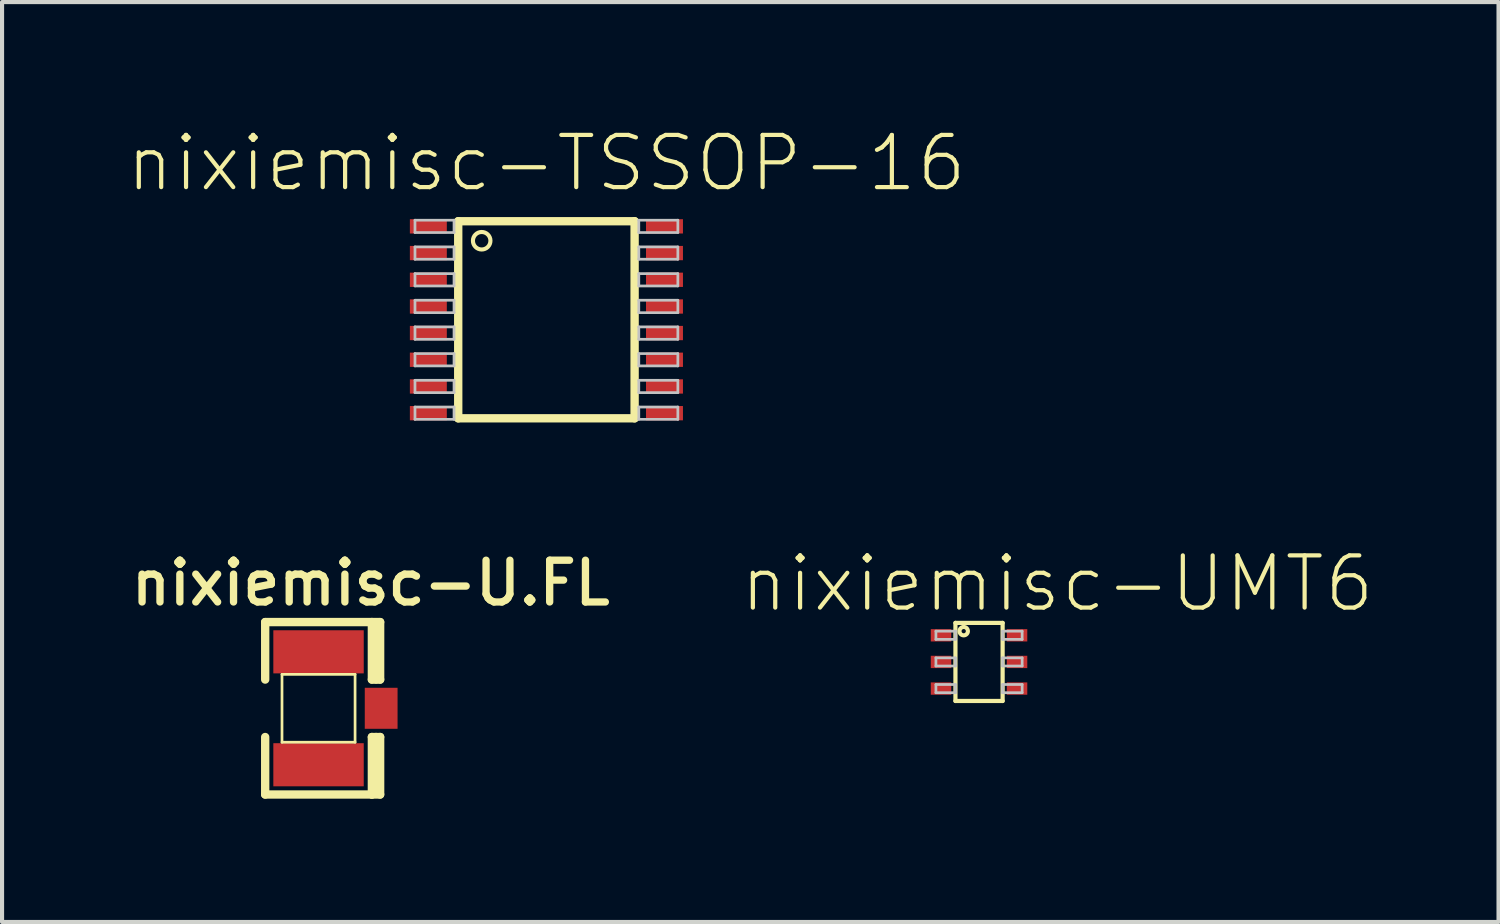
<source format=kicad_pcb>
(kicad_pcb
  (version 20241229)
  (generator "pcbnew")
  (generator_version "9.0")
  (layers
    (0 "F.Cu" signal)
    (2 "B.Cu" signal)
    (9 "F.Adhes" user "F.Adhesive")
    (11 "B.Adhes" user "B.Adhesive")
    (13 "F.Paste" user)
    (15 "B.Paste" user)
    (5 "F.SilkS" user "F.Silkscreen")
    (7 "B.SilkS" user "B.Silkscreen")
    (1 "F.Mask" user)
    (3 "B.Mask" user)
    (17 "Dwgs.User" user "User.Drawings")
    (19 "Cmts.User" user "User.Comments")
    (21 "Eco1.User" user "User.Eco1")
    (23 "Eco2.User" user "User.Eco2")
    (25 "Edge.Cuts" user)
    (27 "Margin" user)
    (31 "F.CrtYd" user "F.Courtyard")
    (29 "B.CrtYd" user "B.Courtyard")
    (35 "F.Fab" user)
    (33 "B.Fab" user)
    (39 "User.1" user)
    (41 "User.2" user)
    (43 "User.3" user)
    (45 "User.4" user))
  (footprint "nixiemisc-U.FL"
    (layer "F.Cu")
    (at 4.701 14.185)
    (property "Reference" "nixiemisc-U.FL" (at 1.27 -3.048 0) (layer "F.SilkS") (effects (font (size 1.016 1.016) (thickness 0.178))))
    (attr smd)
    (fp_line (start -1.298 -0.699) (end -1.298 -2.098) (stroke (width 0.203) (type solid)) (layer "F.SilkS"))
    (fp_line (start -1.298 2.098) (end -1.298 0.699) (stroke (width 0.203) (type solid)) (layer "F.SilkS"))
    (fp_line (start -1.298 2.098) (end 1.298 2.098) (stroke (width 0.203) (type solid)) (layer "F.SilkS"))
    (fp_line (start -0.889 -0.826) (end 0.889 -0.826) (stroke (width 0.066) (type solid)) (layer "F.SilkS"))
    (fp_line (start -0.889 0.826) (end -0.889 -0.826) (stroke (width 0.066) (type solid)) (layer "F.SilkS"))
    (fp_line (start -0.889 0.826) (end 0.889 0.826) (stroke (width 0.066) (type solid)) (layer "F.SilkS"))
    (fp_line (start 0.889 0.826) (end 0.889 -0.826) (stroke (width 0.066) (type solid)) (layer "F.SilkS"))
    (fp_line (start 1.298 -2.098) (end -1.298 -2.098) (stroke (width 0.203) (type solid)) (layer "F.SilkS"))
    (fp_line (start 1.298 -0.699) (end 1.298 -2.098) (stroke (width 0.203) (type solid)) (layer "F.SilkS"))
    (fp_line (start 1.298 2.098) (end 1.298 0.699) (stroke (width 0.203) (type solid)) (layer "F.SilkS"))
    (fp_line (start 1.4 -0.699) (end 1.4 -1.999) (stroke (width 0.203) (type solid)) (layer "F.SilkS"))
    (fp_line (start 1.4 1.999) (end 1.4 0.699) (stroke (width 0.203) (type solid)) (layer "F.SilkS"))
    (fp_line (start 1.499 -2.098) (end 1.298 -2.098) (stroke (width 0.203) (type solid)) (layer "F.SilkS"))
    (fp_line (start 1.499 -0.699) (end 1.298 -0.699) (stroke (width 0.203) (type solid)) (layer "F.SilkS"))
    (fp_line (start 1.499 -0.699) (end 1.499 -2.098) (stroke (width 0.203) (type solid)) (layer "F.SilkS"))
    (fp_line (start 1.499 0.699) (end 1.298 0.699) (stroke (width 0.203) (type solid)) (layer "F.SilkS"))
    (fp_line (start 1.499 2.098) (end 1.298 2.098) (stroke (width 0.203) (type solid)) (layer "F.SilkS"))
    (fp_line (start 1.499 2.098) (end 1.499 0.699) (stroke (width 0.203) (type solid)) (layer "F.SilkS"))
    (pad "1" smd rect (at 0 -1.374) (size 2.2 1.049) (layers "F.Cu" "F.Mask" "F.Paste"))
    (pad "2" smd rect (at 0 1.374) (size 2.2 1.049) (layers "F.Cu" "F.Mask" "F.Paste"))
    (pad "3" smd rect (at 1.524 0) (size 0.798 0.998) (layers "F.Cu" "F.Mask" "F.Paste")))
  (footprint "nixiemisc-TSSOP-16"
    (layer "F.Cu")
    (at 10.246 4.731)
    (property "Reference" "nixiemisc-TSSOP-16" (at 0 -3.81 0) (layer "F.SilkS") (effects (font (size 1.27 1.27) (thickness 0.102))))
    (attr smd)
    (fp_line (start -2.146 -2.398) (end -2.146 2.398) (stroke (width 0.203) (type solid)) (layer "F.SilkS"))
    (fp_line (start -2.146 2.398) (end 2.146 2.398) (stroke (width 0.203) (type solid)) (layer "F.SilkS"))
    (fp_line (start 2.146 -2.398) (end -2.146 -2.398) (stroke (width 0.203) (type solid)) (layer "F.SilkS"))
    (fp_line (start 2.146 2.398) (end 2.146 -2.398) (stroke (width 0.203) (type solid)) (layer "F.SilkS"))
    (fp_circle (center -1.575 -1.923) (end -1.575 -2.136) (stroke (width 0.1) (type solid)) (fill no) (layer "F.SilkS"))
    (fp_line (start -3.198 -2.423) (end -2.248 -2.423) (stroke (width 0.066) (type solid)) (layer "Dwgs.User"))
    (fp_line (start -3.198 -2.123) (end -3.198 -2.423) (stroke (width 0.066) (type solid)) (layer "Dwgs.User"))
    (fp_line (start -3.198 -2.123) (end -2.248 -2.123) (stroke (width 0.066) (type solid)) (layer "Dwgs.User"))
    (fp_line (start -3.198 -1.773) (end -2.248 -1.773) (stroke (width 0.066) (type solid)) (layer "Dwgs.User"))
    (fp_line (start -3.198 -1.473) (end -3.198 -1.773) (stroke (width 0.066) (type solid)) (layer "Dwgs.User"))
    (fp_line (start -3.198 -1.473) (end -2.248 -1.473) (stroke (width 0.066) (type solid)) (layer "Dwgs.User"))
    (fp_line (start -3.198 -1.123) (end -2.248 -1.123) (stroke (width 0.066) (type solid)) (layer "Dwgs.User"))
    (fp_line (start -3.198 -0.823) (end -3.198 -1.123) (stroke (width 0.066) (type solid)) (layer "Dwgs.User"))
    (fp_line (start -3.198 -0.823) (end -2.248 -0.823) (stroke (width 0.066) (type solid)) (layer "Dwgs.User"))
    (fp_line (start -3.198 -0.475) (end -2.248 -0.475) (stroke (width 0.066) (type solid)) (layer "Dwgs.User"))
    (fp_line (start -3.198 -0.173) (end -3.198 -0.475) (stroke (width 0.066) (type solid)) (layer "Dwgs.User"))
    (fp_line (start -3.198 -0.173) (end -2.248 -0.173) (stroke (width 0.066) (type solid)) (layer "Dwgs.User"))
    (fp_line (start -3.198 0.173) (end -2.248 0.173) (stroke (width 0.066) (type solid)) (layer "Dwgs.User"))
    (fp_line (start -3.198 0.475) (end -3.198 0.173) (stroke (width 0.066) (type solid)) (layer "Dwgs.User"))
    (fp_line (start -3.198 0.475) (end -2.248 0.475) (stroke (width 0.066) (type solid)) (layer "Dwgs.User"))
    (fp_line (start -3.198 0.823) (end -2.248 0.823) (stroke (width 0.066) (type solid)) (layer "Dwgs.User"))
    (fp_line (start -3.198 1.123) (end -3.198 0.823) (stroke (width 0.066) (type solid)) (layer "Dwgs.User"))
    (fp_line (start -3.198 1.123) (end -2.248 1.123) (stroke (width 0.066) (type solid)) (layer "Dwgs.User"))
    (fp_line (start -3.198 1.473) (end -2.248 1.473) (stroke (width 0.066) (type solid)) (layer "Dwgs.User"))
    (fp_line (start -3.198 1.773) (end -3.198 1.473) (stroke (width 0.066) (type solid)) (layer "Dwgs.User"))
    (fp_line (start -3.198 1.773) (end -2.248 1.773) (stroke (width 0.066) (type solid)) (layer "Dwgs.User"))
    (fp_line (start -3.198 2.123) (end -2.248 2.123) (stroke (width 0.066) (type solid)) (layer "Dwgs.User"))
    (fp_line (start -3.198 2.423) (end -3.198 2.123) (stroke (width 0.066) (type solid)) (layer "Dwgs.User"))
    (fp_line (start -3.198 2.423) (end -2.248 2.423) (stroke (width 0.066) (type solid)) (layer "Dwgs.User"))
    (fp_line (start -2.248 -2.123) (end -2.248 -2.423) (stroke (width 0.066) (type solid)) (layer "Dwgs.User"))
    (fp_line (start -2.248 -1.473) (end -2.248 -1.773) (stroke (width 0.066) (type solid)) (layer "Dwgs.User"))
    (fp_line (start -2.248 -0.823) (end -2.248 -1.123) (stroke (width 0.066) (type solid)) (layer "Dwgs.User"))
    (fp_line (start -2.248 -0.173) (end -2.248 -0.475) (stroke (width 0.066) (type solid)) (layer "Dwgs.User"))
    (fp_line (start -2.248 0.475) (end -2.248 0.173) (stroke (width 0.066) (type solid)) (layer "Dwgs.User"))
    (fp_line (start -2.248 1.123) (end -2.248 0.823) (stroke (width 0.066) (type solid)) (layer "Dwgs.User"))
    (fp_line (start -2.248 1.773) (end -2.248 1.473) (stroke (width 0.066) (type solid)) (layer "Dwgs.User"))
    (fp_line (start -2.248 2.423) (end -2.248 2.123) (stroke (width 0.066) (type solid)) (layer "Dwgs.User"))
    (fp_line (start 2.248 -2.423) (end 2.248 -2.123) (stroke (width 0.066) (type solid)) (layer "Dwgs.User"))
    (fp_line (start 2.248 -1.773) (end 2.248 -1.473) (stroke (width 0.066) (type solid)) (layer "Dwgs.User"))
    (fp_line (start 2.248 -1.123) (end 2.248 -0.823) (stroke (width 0.066) (type solid)) (layer "Dwgs.User"))
    (fp_line (start 2.248 -0.475) (end 2.248 -0.173) (stroke (width 0.066) (type solid)) (layer "Dwgs.User"))
    (fp_line (start 2.248 0.173) (end 2.248 0.475) (stroke (width 0.066) (type solid)) (layer "Dwgs.User"))
    (fp_line (start 2.248 0.823) (end 2.248 1.123) (stroke (width 0.066) (type solid)) (layer "Dwgs.User"))
    (fp_line (start 2.248 1.473) (end 2.248 1.773) (stroke (width 0.066) (type solid)) (layer "Dwgs.User"))
    (fp_line (start 2.248 2.123) (end 2.248 2.423) (stroke (width 0.066) (type solid)) (layer "Dwgs.User"))
    (fp_line (start 3.198 -2.423) (end 2.248 -2.423) (stroke (width 0.066) (type solid)) (layer "Dwgs.User"))
    (fp_line (start 3.198 -2.423) (end 3.198 -2.123) (stroke (width 0.066) (type solid)) (layer "Dwgs.User"))
    (fp_line (start 3.198 -2.123) (end 2.248 -2.123) (stroke (width 0.066) (type solid)) (layer "Dwgs.User"))
    (fp_line (start 3.198 -1.773) (end 2.248 -1.773) (stroke (width 0.066) (type solid)) (layer "Dwgs.User"))
    (fp_line (start 3.198 -1.773) (end 3.198 -1.473) (stroke (width 0.066) (type solid)) (layer "Dwgs.User"))
    (fp_line (start 3.198 -1.473) (end 2.248 -1.473) (stroke (width 0.066) (type solid)) (layer "Dwgs.User"))
    (fp_line (start 3.198 -1.123) (end 2.248 -1.123) (stroke (width 0.066) (type solid)) (layer "Dwgs.User"))
    (fp_line (start 3.198 -1.123) (end 3.198 -0.823) (stroke (width 0.066) (type solid)) (layer "Dwgs.User"))
    (fp_line (start 3.198 -0.823) (end 2.248 -0.823) (stroke (width 0.066) (type solid)) (layer "Dwgs.User"))
    (fp_line (start 3.198 -0.475) (end 2.248 -0.475) (stroke (width 0.066) (type solid)) (layer "Dwgs.User"))
    (fp_line (start 3.198 -0.475) (end 3.198 -0.173) (stroke (width 0.066) (type solid)) (layer "Dwgs.User"))
    (fp_line (start 3.198 -0.173) (end 2.248 -0.173) (stroke (width 0.066) (type solid)) (layer "Dwgs.User"))
    (fp_line (start 3.198 0.173) (end 2.248 0.173) (stroke (width 0.066) (type solid)) (layer "Dwgs.User"))
    (fp_line (start 3.198 0.173) (end 3.198 0.475) (stroke (width 0.066) (type solid)) (layer "Dwgs.User"))
    (fp_line (start 3.198 0.475) (end 2.248 0.475) (stroke (width 0.066) (type solid)) (layer "Dwgs.User"))
    (fp_line (start 3.198 0.823) (end 2.248 0.823) (stroke (width 0.066) (type solid)) (layer "Dwgs.User"))
    (fp_line (start 3.198 0.823) (end 3.198 1.123) (stroke (width 0.066) (type solid)) (layer "Dwgs.User"))
    (fp_line (start 3.198 1.123) (end 2.248 1.123) (stroke (width 0.066) (type solid)) (layer "Dwgs.User"))
    (fp_line (start 3.198 1.473) (end 2.248 1.473) (stroke (width 0.066) (type solid)) (layer "Dwgs.User"))
    (fp_line (start 3.198 1.473) (end 3.198 1.773) (stroke (width 0.066) (type solid)) (layer "Dwgs.User"))
    (fp_line (start 3.198 1.773) (end 2.248 1.773) (stroke (width 0.066) (type solid)) (layer "Dwgs.User"))
    (fp_line (start 3.198 2.123) (end 2.248 2.123) (stroke (width 0.066) (type solid)) (layer "Dwgs.User"))
    (fp_line (start 3.198 2.123) (end 3.198 2.423) (stroke (width 0.066) (type solid)) (layer "Dwgs.User"))
    (fp_line (start 3.198 2.423) (end 2.248 2.423) (stroke (width 0.066) (type solid)) (layer "Dwgs.User"))
    (pad "1" smd rect (at -2.873 -2.273) (size 0.899 0.348) (layers "F.Cu" "F.Mask" "F.Paste"))
    (pad "2" smd rect (at -2.873 -1.623) (size 0.899 0.348) (layers "F.Cu" "F.Mask" "F.Paste"))
    (pad "3" smd rect (at -2.873 -0.973) (size 0.899 0.348) (layers "F.Cu" "F.Mask" "F.Paste"))
    (pad "4" smd rect (at -2.873 -0.323) (size 0.899 0.348) (layers "F.Cu" "F.Mask" "F.Paste"))
    (pad "5" smd rect (at -2.873 0.323) (size 0.899 0.348) (layers "F.Cu" "F.Mask" "F.Paste"))
    (pad "6" smd rect (at -2.873 0.973) (size 0.899 0.348) (layers "F.Cu" "F.Mask" "F.Paste"))
    (pad "7" smd rect (at -2.873 1.623) (size 0.899 0.348) (layers "F.Cu" "F.Mask" "F.Paste"))
    (pad "8" smd rect (at -2.873 2.273) (size 0.899 0.348) (layers "F.Cu" "F.Mask" "F.Paste"))
    (pad "9" smd rect (at 2.873 2.273 180) (size 0.899 0.348) (layers "F.Cu" "F.Mask" "F.Paste"))
    (pad "10" smd rect (at 2.873 1.623 180) (size 0.899 0.348) (layers "F.Cu" "F.Mask" "F.Paste"))
    (pad "11" smd rect (at 2.873 0.973 180) (size 0.899 0.348) (layers "F.Cu" "F.Mask" "F.Paste"))
    (pad "12" smd rect (at 2.873 0.323 180) (size 0.899 0.348) (layers "F.Cu" "F.Mask" "F.Paste"))
    (pad "13" smd rect (at 2.873 -0.323 180) (size 0.899 0.348) (layers "F.Cu" "F.Mask" "F.Paste"))
    (pad "14" smd rect (at 2.873 -0.973 180) (size 0.899 0.348) (layers "F.Cu" "F.Mask" "F.Paste"))
    (pad "15" smd rect (at 2.873 -1.623 180) (size 0.899 0.348) (layers "F.Cu" "F.Mask" "F.Paste"))
    (pad "16" smd rect (at 2.873 -2.273 180) (size 0.899 0.348) (layers "F.Cu" "F.Mask" "F.Paste")))
  (footprint "nixiemisc-UMT6"
    (layer "F.Cu")
    (at 20.773 13.057)
    (property "Reference" "nixiemisc-UMT6" (at 1.905 -1.905 0) (layer "F.SilkS") (effects (font (size 1.27 1.27) (thickness 0.102))))
    (attr smd)
    (fp_line (start -1.224 -0.848) (end -0.599 -0.848) (stroke (width 0.066) (type solid)) (layer "F.Mask"))
    (fp_line (start -1.224 -0.45) (end -1.224 -0.848) (stroke (width 0.066) (type solid)) (layer "F.Mask"))
    (fp_line (start -1.224 -0.45) (end -0.599 -0.45) (stroke (width 0.066) (type solid)) (layer "F.Mask"))
    (fp_line (start -1.224 -0.198) (end -0.599 -0.198) (stroke (width 0.066) (type solid)) (layer "F.Mask"))
    (fp_line (start -1.224 0.198) (end -1.224 -0.198) (stroke (width 0.066) (type solid)) (layer "F.Mask"))
    (fp_line (start -1.224 0.198) (end -0.599 0.198) (stroke (width 0.066) (type solid)) (layer "F.Mask"))
    (fp_line (start -1.224 0.45) (end -0.599 0.45) (stroke (width 0.066) (type solid)) (layer "F.Mask"))
    (fp_line (start -1.224 0.848) (end -1.224 0.45) (stroke (width 0.066) (type solid)) (layer "F.Mask"))
    (fp_line (start -1.224 0.848) (end -0.599 0.848) (stroke (width 0.066) (type solid)) (layer "F.Mask"))
    (fp_line (start -0.599 -0.45) (end -0.599 -0.848) (stroke (width 0.066) (type solid)) (layer "F.Mask"))
    (fp_line (start -0.599 0.198) (end -0.599 -0.198) (stroke (width 0.066) (type solid)) (layer "F.Mask"))
    (fp_line (start -0.599 0.848) (end -0.599 0.45) (stroke (width 0.066) (type solid)) (layer "F.Mask"))
    (fp_line (start 0.599 -0.848) (end 0.599 -0.45) (stroke (width 0.066) (type solid)) (layer "F.Mask"))
    (fp_line (start 0.599 -0.198) (end 0.599 0.198) (stroke (width 0.066) (type solid)) (layer "F.Mask"))
    (fp_line (start 0.599 0.45) (end 0.599 0.848) (stroke (width 0.066) (type solid)) (layer "F.Mask"))
    (fp_line (start 1.224 -0.848) (end 0.599 -0.848) (stroke (width 0.066) (type solid)) (layer "F.Mask"))
    (fp_line (start 1.224 -0.848) (end 1.224 -0.45) (stroke (width 0.066) (type solid)) (layer "F.Mask"))
    (fp_line (start 1.224 -0.45) (end 0.599 -0.45) (stroke (width 0.066) (type solid)) (layer "F.Mask"))
    (fp_line (start 1.224 -0.198) (end 0.599 -0.198) (stroke (width 0.066) (type solid)) (layer "F.Mask"))
    (fp_line (start 1.224 -0.198) (end 1.224 0.198) (stroke (width 0.066) (type solid)) (layer "F.Mask"))
    (fp_line (start 1.224 0.198) (end 0.599 0.198) (stroke (width 0.066) (type solid)) (layer "F.Mask"))
    (fp_line (start 1.224 0.45) (end 0.599 0.45) (stroke (width 0.066) (type solid)) (layer "F.Mask"))
    (fp_line (start 1.224 0.45) (end 1.224 0.848) (stroke (width 0.066) (type solid)) (layer "F.Mask"))
    (fp_line (start 1.224 0.848) (end 0.599 0.848) (stroke (width 0.066) (type solid)) (layer "F.Mask"))
    (fp_line (start -0.574 -0.95) (end 0.574 -0.95) (stroke (width 0.102) (type solid)) (layer "F.SilkS"))
    (fp_line (start -0.574 0.95) (end -0.574 -0.95) (stroke (width 0.102) (type solid)) (layer "F.SilkS"))
    (fp_line (start 0.574 -0.95) (end 0.574 0.95) (stroke (width 0.102) (type solid)) (layer "F.SilkS"))
    (fp_line (start 0.574 0.95) (end -0.574 0.95) (stroke (width 0.102) (type solid)) (layer "F.SilkS"))
    (fp_circle (center -0.373 -0.749) (end -0.373 -0.851) (stroke (width 0.1) (type solid)) (fill no) (layer "F.SilkS"))
    (fp_line (start -1.148 -0.775) (end -0.699 -0.775) (stroke (width 0.066) (type solid)) (layer "F.Paste"))
    (fp_line (start -1.148 -0.523) (end -1.148 -0.775) (stroke (width 0.066) (type solid)) (layer "F.Paste"))
    (fp_line (start -1.148 -0.523) (end -0.699 -0.523) (stroke (width 0.066) (type solid)) (layer "F.Paste"))
    (fp_line (start -1.148 -0.124) (end -0.699 -0.124) (stroke (width 0.066) (type solid)) (layer "F.Paste"))
    (fp_line (start -1.148 0.124) (end -1.148 -0.124) (stroke (width 0.066) (type solid)) (layer "F.Paste"))
    (fp_line (start -1.148 0.124) (end -0.699 0.124) (stroke (width 0.066) (type solid)) (layer "F.Paste"))
    (fp_line (start -1.148 0.523) (end -0.699 0.523) (stroke (width 0.066) (type solid)) (layer "F.Paste"))
    (fp_line (start -1.148 0.775) (end -1.148 0.523) (stroke (width 0.066) (type solid)) (layer "F.Paste"))
    (fp_line (start -1.148 0.775) (end -0.699 0.775) (stroke (width 0.066) (type solid)) (layer "F.Paste"))
    (fp_line (start -0.699 -0.523) (end -0.699 -0.775) (stroke (width 0.066) (type solid)) (layer "F.Paste"))
    (fp_line (start -0.699 0.124) (end -0.699 -0.124) (stroke (width 0.066) (type solid)) (layer "F.Paste"))
    (fp_line (start -0.699 0.775) (end -0.699 0.523) (stroke (width 0.066) (type solid)) (layer "F.Paste"))
    (fp_line (start 0.699 -0.775) (end 0.699 -0.523) (stroke (width 0.066) (type solid)) (layer "F.Paste"))
    (fp_line (start 0.699 -0.124) (end 0.699 0.124) (stroke (width 0.066) (type solid)) (layer "F.Paste"))
    (fp_line (start 0.699 0.523) (end 0.699 0.775) (stroke (width 0.066) (type solid)) (layer "F.Paste"))
    (fp_line (start 1.148 -0.775) (end 0.699 -0.775) (stroke (width 0.066) (type solid)) (layer "F.Paste"))
    (fp_line (start 1.148 -0.775) (end 1.148 -0.523) (stroke (width 0.066) (type solid)) (layer "F.Paste"))
    (fp_line (start 1.148 -0.523) (end 0.699 -0.523) (stroke (width 0.066) (type solid)) (layer "F.Paste"))
    (fp_line (start 1.148 -0.124) (end 0.699 -0.124) (stroke (width 0.066) (type solid)) (layer "F.Paste"))
    (fp_line (start 1.148 -0.124) (end 1.148 0.124) (stroke (width 0.066) (type solid)) (layer "F.Paste"))
    (fp_line (start 1.148 0.124) (end 0.699 0.124) (stroke (width 0.066) (type solid)) (layer "F.Paste"))
    (fp_line (start 1.148 0.523) (end 0.699 0.523) (stroke (width 0.066) (type solid)) (layer "F.Paste"))
    (fp_line (start 1.148 0.523) (end 1.148 0.775) (stroke (width 0.066) (type solid)) (layer "F.Paste"))
    (fp_line (start 1.148 0.775) (end 0.699 0.775) (stroke (width 0.066) (type solid)) (layer "F.Paste"))
    (fp_line (start -1.049 -0.749) (end -0.574 -0.749) (stroke (width 0.066) (type solid)) (layer "Dwgs.User"))
    (fp_line (start -1.049 -0.549) (end -1.049 -0.749) (stroke (width 0.066) (type solid)) (layer "Dwgs.User"))
    (fp_line (start -1.049 -0.549) (end -0.574 -0.549) (stroke (width 0.066) (type solid)) (layer "Dwgs.User"))
    (fp_line (start -1.049 -0.099) (end -0.574 -0.099) (stroke (width 0.066) (type solid)) (layer "Dwgs.User"))
    (fp_line (start -1.049 0.099) (end -1.049 -0.099) (stroke (width 0.066) (type solid)) (layer "Dwgs.User"))
    (fp_line (start -1.049 0.099) (end -0.574 0.099) (stroke (width 0.066) (type solid)) (layer "Dwgs.User"))
    (fp_line (start -1.049 0.549) (end -0.574 0.549) (stroke (width 0.066) (type solid)) (layer "Dwgs.User"))
    (fp_line (start -1.049 0.749) (end -1.049 0.549) (stroke (width 0.066) (type solid)) (layer "Dwgs.User"))
    (fp_line (start -1.049 0.749) (end -0.574 0.749) (stroke (width 0.066) (type solid)) (layer "Dwgs.User"))
    (fp_line (start -0.574 -0.549) (end -0.574 -0.749) (stroke (width 0.066) (type solid)) (layer "Dwgs.User"))
    (fp_line (start -0.574 0.099) (end -0.574 -0.099) (stroke (width 0.066) (type solid)) (layer "Dwgs.User"))
    (fp_line (start -0.574 0.749) (end -0.574 0.549) (stroke (width 0.066) (type solid)) (layer "Dwgs.User"))
    (fp_line (start 0.574 -0.749) (end 0.574 -0.549) (stroke (width 0.066) (type solid)) (layer "Dwgs.User"))
    (fp_line (start 0.574 -0.099) (end 0.574 0.099) (stroke (width 0.066) (type solid)) (layer "Dwgs.User"))
    (fp_line (start 0.574 0.549) (end 0.574 0.749) (stroke (width 0.066) (type solid)) (layer "Dwgs.User"))
    (fp_line (start 1.049 -0.749) (end 0.574 -0.749) (stroke (width 0.066) (type solid)) (layer "Dwgs.User"))
    (fp_line (start 1.049 -0.749) (end 1.049 -0.549) (stroke (width 0.066) (type solid)) (layer "Dwgs.User"))
    (fp_line (start 1.049 -0.549) (end 0.574 -0.549) (stroke (width 0.066) (type solid)) (layer "Dwgs.User"))
    (fp_line (start 1.049 -0.099) (end 0.574 -0.099) (stroke (width 0.066) (type solid)) (layer "Dwgs.User"))
    (fp_line (start 1.049 -0.099) (end 1.049 0.099) (stroke (width 0.066) (type solid)) (layer "Dwgs.User"))
    (fp_line (start 1.049 0.099) (end 0.574 0.099) (stroke (width 0.066) (type solid)) (layer "Dwgs.User"))
    (fp_line (start 1.049 0.549) (end 0.574 0.549) (stroke (width 0.066) (type solid)) (layer "Dwgs.User"))
    (fp_line (start 1.049 0.549) (end 1.049 0.749) (stroke (width 0.066) (type solid)) (layer "Dwgs.User"))
    (fp_line (start 1.049 0.749) (end 0.574 0.749) (stroke (width 0.066) (type solid)) (layer "Dwgs.User"))
    (pad "1" smd rect (at -0.925 -0.648) (size 0.498 0.3) (layers "F.Cu" "F.Mask" "F.Paste"))
    (pad "2" smd rect (at -0.925 0) (size 0.498 0.3) (layers "F.Cu" "F.Mask" "F.Paste"))
    (pad "3" smd rect (at -0.925 0.648) (size 0.498 0.3) (layers "F.Cu" "F.Mask" "F.Paste"))
    (pad "4" smd rect (at 0.925 0.648 180) (size 0.498 0.3) (layers "F.Cu" "F.Mask" "F.Paste"))
    (pad "5" smd rect (at 0.925 0 180) (size 0.498 0.3) (layers "F.Cu" "F.Mask" "F.Paste"))
    (pad "6" smd rect (at 0.925 -0.648 180) (size 0.498 0.3) (layers "F.Cu" "F.Mask" "F.Paste")))
  (gr_rect
    (start -3 -3)
    (end 33.414 19.385)
    (stroke (width 0.1) (type default))
    (fill no)
    (layer "Edge.Cuts")))
</source>
